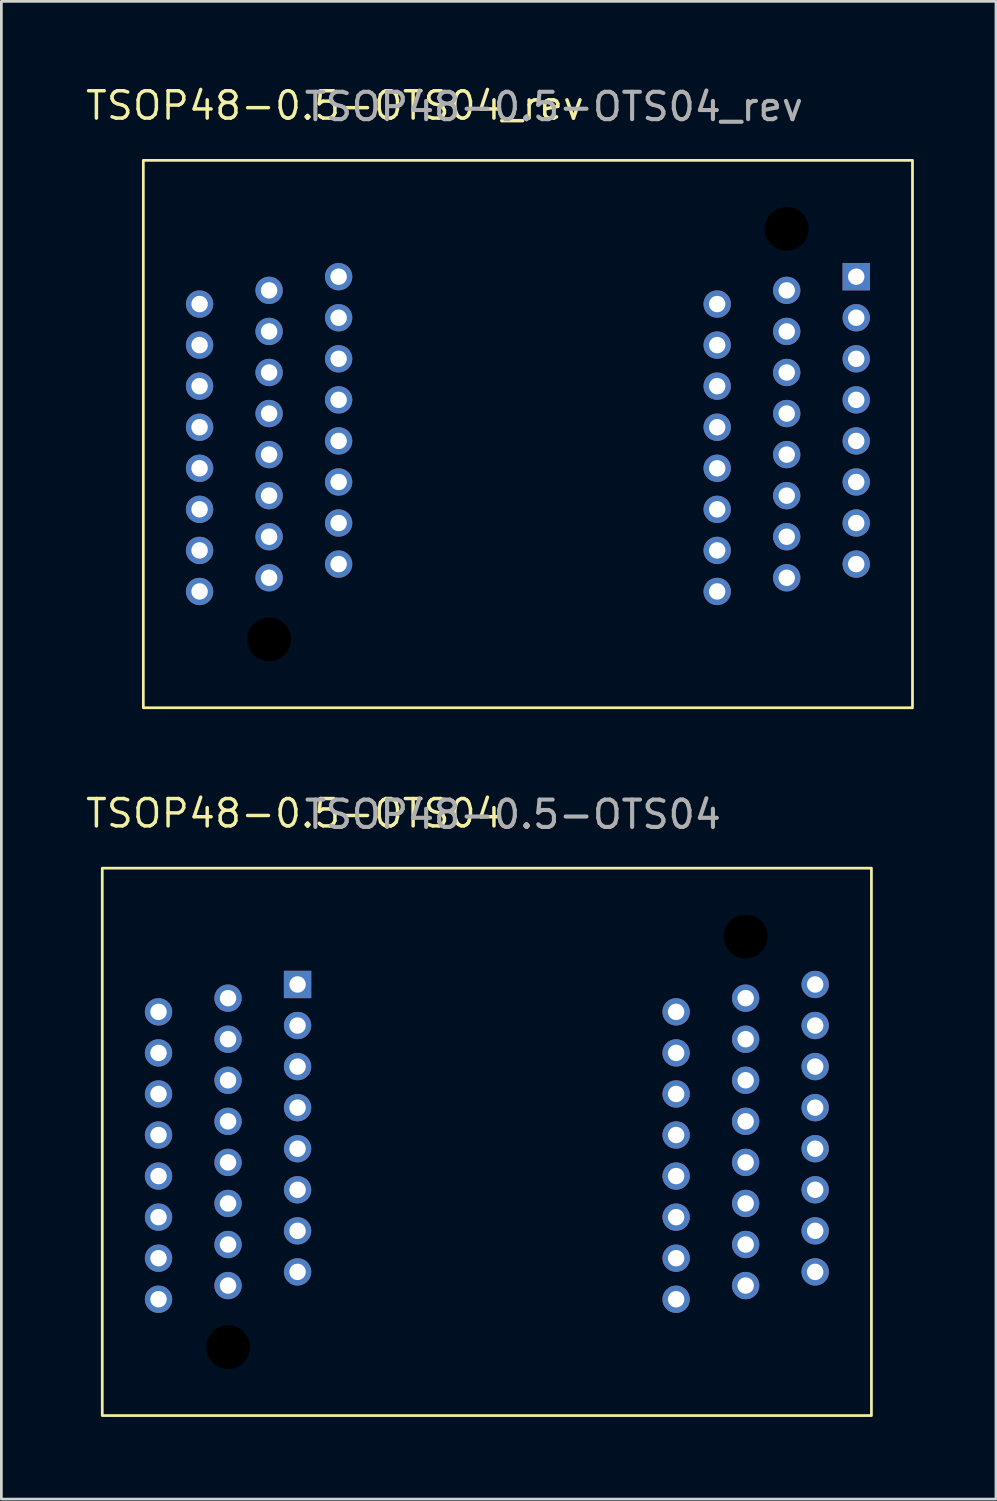
<source format=kicad_pcb>
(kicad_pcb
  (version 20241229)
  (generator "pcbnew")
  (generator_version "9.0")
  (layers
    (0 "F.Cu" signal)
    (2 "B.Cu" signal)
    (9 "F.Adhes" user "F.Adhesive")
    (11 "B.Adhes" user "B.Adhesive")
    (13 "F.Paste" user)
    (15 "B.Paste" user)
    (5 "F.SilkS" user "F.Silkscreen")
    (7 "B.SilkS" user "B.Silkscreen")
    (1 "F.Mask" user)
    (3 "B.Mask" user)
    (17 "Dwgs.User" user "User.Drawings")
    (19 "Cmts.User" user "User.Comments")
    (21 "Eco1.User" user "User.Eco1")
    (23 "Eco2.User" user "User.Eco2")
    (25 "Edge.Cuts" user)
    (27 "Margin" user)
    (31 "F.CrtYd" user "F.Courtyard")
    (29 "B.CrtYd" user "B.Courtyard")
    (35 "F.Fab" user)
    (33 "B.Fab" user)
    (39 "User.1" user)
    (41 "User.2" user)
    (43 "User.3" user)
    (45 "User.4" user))
  (footprint "TSOP48-0.5-OTS04"
    (layer "F.Cu")
    (at 0.686 28.666)
    (property "Reference" "TSOP48-0.5-OTS04" (at 7 -2 0) (unlocked yes) (layer "F.SilkS") (effects (font (size 1 1) (thickness 0.127))))
    (attr through_hole)
    (fp_rect (start 0 0) (end 28.1 20) (stroke (width 0.1) (type default)) (fill no) (layer "F.SilkS"))
    (fp_text user "${REFERENCE}" (at 15 -1.96 0) (unlocked yes) (layer "F.Fab") (effects (font (size 1 1) (thickness 0.15))))
    (pad "" np_thru_hole circle (at 4.595 17.5) (size 1.6 1.6) (drill 1.6) (layers "*.Mask"))
    (pad "" np_thru_hole circle (at 23.505 2.5) (size 1.6 1.6) (drill 1.6) (layers "*.Mask"))
    (pad "1" thru_hole rect (at 7.135 4.25) (size 1 1) (drill 0.6) (layers "*.Cu" "*.Mask"))
    (pad "2" thru_hole circle (at 4.595 4.75) (size 1 1) (drill 0.6) (layers "*.Cu" "*.Mask"))
    (pad "3" thru_hole circle (at 2.055 5.25) (size 1 1) (drill 0.6) (layers "*.Cu" "*.Mask"))
    (pad "4" thru_hole circle (at 7.135 5.75) (size 1 1) (drill 0.6) (layers "*.Cu" "*.Mask"))
    (pad "5" thru_hole circle (at 4.595 6.25) (size 1 1) (drill 0.6) (layers "*.Cu" "*.Mask"))
    (pad "6" thru_hole circle (at 2.055 6.75) (size 1 1) (drill 0.6) (layers "*.Cu" "*.Mask"))
    (pad "7" thru_hole circle (at 7.135 7.25) (size 1 1) (drill 0.6) (layers "*.Cu" "*.Mask"))
    (pad "8" thru_hole circle (at 4.595 7.75) (size 1 1) (drill 0.6) (layers "*.Cu" "*.Mask"))
    (pad "9" thru_hole circle (at 2.055 8.25) (size 1 1) (drill 0.6) (layers "*.Cu" "*.Mask"))
    (pad "10" thru_hole circle (at 7.135 8.75) (size 1 1) (drill 0.6) (layers "*.Cu" "*.Mask"))
    (pad "11" thru_hole circle (at 4.595 9.25) (size 1 1) (drill 0.6) (layers "*.Cu" "*.Mask"))
    (pad "12" thru_hole circle (at 2.055 9.75) (size 1 1) (drill 0.6) (layers "*.Cu" "*.Mask"))
    (pad "13" thru_hole circle (at 7.135 10.25) (size 1 1) (drill 0.6) (layers "*.Cu" "*.Mask"))
    (pad "14" thru_hole circle (at 4.595 10.75) (size 1 1) (drill 0.6) (layers "*.Cu" "*.Mask"))
    (pad "15" thru_hole circle (at 2.055 11.25) (size 1 1) (drill 0.6) (layers "*.Cu" "*.Mask"))
    (pad "16" thru_hole circle (at 7.135 11.75) (size 1 1) (drill 0.6) (layers "*.Cu" "*.Mask"))
    (pad "17" thru_hole circle (at 4.595 12.25) (size 1 1) (drill 0.6) (layers "*.Cu" "*.Mask"))
    (pad "18" thru_hole circle (at 2.055 12.75) (size 1 1) (drill 0.6) (layers "*.Cu" "*.Mask"))
    (pad "19" thru_hole circle (at 7.135 13.25) (size 1 1) (drill 0.6) (layers "*.Cu" "*.Mask"))
    (pad "20" thru_hole circle (at 4.595 13.75) (size 1 1) (drill 0.6) (layers "*.Cu" "*.Mask"))
    (pad "21" thru_hole circle (at 2.055 14.25) (size 1 1) (drill 0.6) (layers "*.Cu" "*.Mask"))
    (pad "22" thru_hole circle (at 7.135 14.75) (size 1 1) (drill 0.6) (layers "*.Cu" "*.Mask"))
    (pad "23" thru_hole circle (at 4.595 15.25) (size 1 1) (drill 0.6) (layers "*.Cu" "*.Mask"))
    (pad "24" thru_hole circle (at 2.055 15.75) (size 1 1) (drill 0.6) (layers "*.Cu" "*.Mask"))
    (pad "25" thru_hole circle (at 20.965 15.75) (size 1 1) (drill 0.6) (layers "*.Cu" "*.Mask"))
    (pad "26" thru_hole circle (at 23.505 15.25) (size 1 1) (drill 0.6) (layers "*.Cu" "*.Mask"))
    (pad "27" thru_hole circle (at 26.045 14.75) (size 1 1) (drill 0.6) (layers "*.Cu" "*.Mask"))
    (pad "28" thru_hole circle (at 20.965 14.25) (size 1 1) (drill 0.6) (layers "*.Cu" "*.Mask"))
    (pad "29" thru_hole circle (at 23.505 13.75) (size 1 1) (drill 0.6) (layers "*.Cu" "*.Mask"))
    (pad "30" thru_hole circle (at 26.045 13.25) (size 1 1) (drill 0.6) (layers "*.Cu" "*.Mask"))
    (pad "31" thru_hole circle (at 20.965 12.75) (size 1 1) (drill 0.6) (layers "*.Cu" "*.Mask"))
    (pad "32" thru_hole circle (at 23.505 12.25) (size 1 1) (drill 0.6) (layers "*.Cu" "*.Mask"))
    (pad "33" thru_hole circle (at 26.045 11.75) (size 1 1) (drill 0.6) (layers "*.Cu" "*.Mask"))
    (pad "34" thru_hole circle (at 20.965 11.25) (size 1 1) (drill 0.6) (layers "*.Cu" "*.Mask"))
    (pad "35" thru_hole circle (at 23.505 10.75) (size 1 1) (drill 0.6) (layers "*.Cu" "*.Mask"))
    (pad "36" thru_hole circle (at 26.045 10.25) (size 1 1) (drill 0.6) (layers "*.Cu" "*.Mask"))
    (pad "37" thru_hole circle (at 20.965 9.75) (size 1 1) (drill 0.6) (layers "*.Cu" "*.Mask"))
    (pad "38" thru_hole circle (at 23.505 9.25) (size 1 1) (drill 0.6) (layers "*.Cu" "*.Mask"))
    (pad "39" thru_hole circle (at 26.045 8.75) (size 1 1) (drill 0.6) (layers "*.Cu" "*.Mask"))
    (pad "40" thru_hole circle (at 20.965 8.25) (size 1 1) (drill 0.6) (layers "*.Cu" "*.Mask"))
    (pad "41" thru_hole circle (at 23.505 7.75) (size 1 1) (drill 0.6) (layers "*.Cu" "*.Mask"))
    (pad "42" thru_hole circle (at 26.045 7.25) (size 1 1) (drill 0.6) (layers "*.Cu" "*.Mask"))
    (pad "43" thru_hole circle (at 20.965 6.75) (size 1 1) (drill 0.6) (layers "*.Cu" "*.Mask"))
    (pad "44" thru_hole circle (at 23.505 6.25) (size 1 1) (drill 0.6) (layers "*.Cu" "*.Mask"))
    (pad "45" thru_hole circle (at 26.045 5.75) (size 1 1) (drill 0.6) (layers "*.Cu" "*.Mask"))
    (pad "46" thru_hole circle (at 20.965 5.25) (size 1 1) (drill 0.6) (layers "*.Cu" "*.Mask"))
    (pad "47" thru_hole circle (at 23.505 4.75) (size 1 1) (drill 0.6) (layers "*.Cu" "*.Mask"))
    (pad "48" thru_hole circle (at 26.045 4.25) (size 1 1) (drill 0.6) (layers "*.Cu" "*.Mask"))
    (zone (net_name "") (layer "F.SilkS") (hatch full 0.5) (connect_pads) (min_thickness 0.25) (filled_areas_thickness no) (keepout (tracks not_allowed) (vias not_allowed) (pads not_allowed) (copperpour allowed) (footprints allowed)) (placement (enabled no)) (fill) (polygon (pts (xy 0.686 28.666) (xy 0.686 31.267) (xy 4.286 31.267) (xy 4.286 28.666))))
    (zone (net_name "") (layer "F.SilkS") (hatch full 0.5) (connect_pads) (min_thickness 0.25) (filled_areas_thickness no) (keepout (tracks not_allowed) (vias not_allowed) (pads not_allowed) (copperpour allowed) (footprints allowed)) (placement (enabled no)) (fill) (polygon (pts (xy 0.686 46.066) (xy 0.686 48.666) (xy 4.286 48.666) (xy 4.286 46.066))))
    (zone (net_name "") (layer "F.SilkS") (hatch full 0.5) (connect_pads) (min_thickness 0.25) (filled_areas_thickness no) (keepout (tracks not_allowed) (vias not_allowed) (pads not_allowed) (copperpour allowed) (footprints allowed)) (placement (enabled no)) (fill) (polygon (pts (xy 25.186 28.666) (xy 25.186 31.267) (xy 28.786 31.267) (xy 28.786 28.666))))
    (zone (net_name "") (layer "F.SilkS") (hatch full 0.5) (connect_pads) (min_thickness 0.25) (filled_areas_thickness no) (keepout (tracks not_allowed) (vias not_allowed) (pads not_allowed) (copperpour allowed) (footprints allowed)) (placement (enabled no)) (fill) (polygon (pts (xy 25.186 46.066) (xy 25.186 48.666) (xy 28.786 48.666) (xy 28.786 46.066)))))
  (footprint "TSOP48-0.5-OTS04_rev"
    (layer "F.Cu")
    (at 2.186 2.808)
    (property "Reference" "TSOP48-0.5-OTS04_rev" (at 7 -2 0) (unlocked yes) (layer "F.SilkS") (effects (font (size 1 1) (thickness 0.127))))
    (attr through_hole)
    (fp_rect (start 0 0) (end 28.1 20) (stroke (width 0.1) (type default)) (fill no) (layer "F.SilkS"))
    (fp_text user "${REFERENCE}" (at 15 -1.96 0) (unlocked yes) (layer "F.Fab") (effects (font (size 1 1) (thickness 0.15))))
    (pad "" np_thru_hole circle (at 4.595 17.5) (size 1.6 1.6) (drill 1.6) (layers "*.Mask"))
    (pad "" np_thru_hole circle (at 23.505 2.5) (size 1.6 1.6) (drill 1.6) (layers "*.Mask"))
    (pad "1" thru_hole rect (at 26.045 4.25) (size 1 1) (drill 0.6) (layers "*.Cu" "*.Mask"))
    (pad "2" thru_hole circle (at 23.505 4.75) (size 1 1) (drill 0.6) (layers "*.Cu" "*.Mask"))
    (pad "3" thru_hole circle (at 20.965 5.25) (size 1 1) (drill 0.6) (layers "*.Cu" "*.Mask"))
    (pad "4" thru_hole circle (at 26.045 5.75) (size 1 1) (drill 0.6) (layers "*.Cu" "*.Mask"))
    (pad "5" thru_hole circle (at 23.505 6.25) (size 1 1) (drill 0.6) (layers "*.Cu" "*.Mask"))
    (pad "6" thru_hole circle (at 20.965 6.75) (size 1 1) (drill 0.6) (layers "*.Cu" "*.Mask"))
    (pad "7" thru_hole circle (at 26.045 7.25) (size 1 1) (drill 0.6) (layers "*.Cu" "*.Mask"))
    (pad "8" thru_hole circle (at 23.505 7.75) (size 1 1) (drill 0.6) (layers "*.Cu" "*.Mask"))
    (pad "9" thru_hole circle (at 20.965 8.25) (size 1 1) (drill 0.6) (layers "*.Cu" "*.Mask"))
    (pad "10" thru_hole circle (at 26.045 8.75) (size 1 1) (drill 0.6) (layers "*.Cu" "*.Mask"))
    (pad "11" thru_hole circle (at 23.505 9.25) (size 1 1) (drill 0.6) (layers "*.Cu" "*.Mask"))
    (pad "12" thru_hole circle (at 20.965 9.75) (size 1 1) (drill 0.6) (layers "*.Cu" "*.Mask"))
    (pad "13" thru_hole circle (at 26.045 10.25) (size 1 1) (drill 0.6) (layers "*.Cu" "*.Mask"))
    (pad "14" thru_hole circle (at 23.505 10.75) (size 1 1) (drill 0.6) (layers "*.Cu" "*.Mask"))
    (pad "15" thru_hole circle (at 20.965 11.25) (size 1 1) (drill 0.6) (layers "*.Cu" "*.Mask"))
    (pad "16" thru_hole circle (at 26.045 11.75) (size 1 1) (drill 0.6) (layers "*.Cu" "*.Mask"))
    (pad "17" thru_hole circle (at 23.505 12.25) (size 1 1) (drill 0.6) (layers "*.Cu" "*.Mask"))
    (pad "18" thru_hole circle (at 20.965 12.75) (size 1 1) (drill 0.6) (layers "*.Cu" "*.Mask"))
    (pad "19" thru_hole circle (at 26.045 13.25) (size 1 1) (drill 0.6) (layers "*.Cu" "*.Mask"))
    (pad "20" thru_hole circle (at 23.505 13.75) (size 1 1) (drill 0.6) (layers "*.Cu" "*.Mask"))
    (pad "21" thru_hole circle (at 20.965 14.25) (size 1 1) (drill 0.6) (layers "*.Cu" "*.Mask"))
    (pad "22" thru_hole circle (at 26.045 14.75) (size 1 1) (drill 0.6) (layers "*.Cu" "*.Mask"))
    (pad "23" thru_hole circle (at 23.505 15.25) (size 1 1) (drill 0.6) (layers "*.Cu" "*.Mask"))
    (pad "24" thru_hole circle (at 20.965 15.75) (size 1 1) (drill 0.6) (layers "*.Cu" "*.Mask"))
    (pad "25" thru_hole circle (at 2.055 15.75) (size 1 1) (drill 0.6) (layers "*.Cu" "*.Mask"))
    (pad "26" thru_hole circle (at 4.595 15.25) (size 1 1) (drill 0.6) (layers "*.Cu" "*.Mask"))
    (pad "27" thru_hole circle (at 7.135 14.75) (size 1 1) (drill 0.6) (layers "*.Cu" "*.Mask"))
    (pad "28" thru_hole circle (at 2.055 14.25) (size 1 1) (drill 0.6) (layers "*.Cu" "*.Mask"))
    (pad "29" thru_hole circle (at 4.595 13.75) (size 1 1) (drill 0.6) (layers "*.Cu" "*.Mask"))
    (pad "30" thru_hole circle (at 7.135 13.25) (size 1 1) (drill 0.6) (layers "*.Cu" "*.Mask"))
    (pad "31" thru_hole circle (at 2.055 12.75) (size 1 1) (drill 0.6) (layers "*.Cu" "*.Mask"))
    (pad "32" thru_hole circle (at 4.595 12.25) (size 1 1) (drill 0.6) (layers "*.Cu" "*.Mask"))
    (pad "33" thru_hole circle (at 7.135 11.75) (size 1 1) (drill 0.6) (layers "*.Cu" "*.Mask"))
    (pad "34" thru_hole circle (at 2.055 11.25) (size 1 1) (drill 0.6) (layers "*.Cu" "*.Mask"))
    (pad "35" thru_hole circle (at 4.595 10.75) (size 1 1) (drill 0.6) (layers "*.Cu" "*.Mask"))
    (pad "36" thru_hole circle (at 7.135 10.25) (size 1 1) (drill 0.6) (layers "*.Cu" "*.Mask"))
    (pad "37" thru_hole circle (at 2.055 9.75) (size 1 1) (drill 0.6) (layers "*.Cu" "*.Mask"))
    (pad "38" thru_hole circle (at 4.595 9.25) (size 1 1) (drill 0.6) (layers "*.Cu" "*.Mask"))
    (pad "39" thru_hole circle (at 7.135 8.75) (size 1 1) (drill 0.6) (layers "*.Cu" "*.Mask"))
    (pad "40" thru_hole circle (at 2.055 8.25) (size 1 1) (drill 0.6) (layers "*.Cu" "*.Mask"))
    (pad "41" thru_hole circle (at 4.595 7.75) (size 1 1) (drill 0.6) (layers "*.Cu" "*.Mask"))
    (pad "42" thru_hole circle (at 7.135 7.25) (size 1 1) (drill 0.6) (layers "*.Cu" "*.Mask"))
    (pad "43" thru_hole circle (at 2.055 6.75) (size 1 1) (drill 0.6) (layers "*.Cu" "*.Mask"))
    (pad "44" thru_hole circle (at 4.595 6.25) (size 1 1) (drill 0.6) (layers "*.Cu" "*.Mask"))
    (pad "45" thru_hole circle (at 7.135 5.75) (size 1 1) (drill 0.6) (layers "*.Cu" "*.Mask"))
    (pad "46" thru_hole circle (at 2.055 5.25) (size 1 1) (drill 0.6) (layers "*.Cu" "*.Mask"))
    (pad "47" thru_hole circle (at 4.595 4.75) (size 1 1) (drill 0.6) (layers "*.Cu" "*.Mask"))
    (pad "48" thru_hole circle (at 7.135 4.25) (size 1 1) (drill 0.6) (layers "*.Cu" "*.Mask"))
    (zone (net_name "") (layer "F.SilkS") (hatch full 0.5) (connect_pads) (min_thickness 0.25) (filled_areas_thickness no) (keepout (tracks not_allowed) (vias not_allowed) (pads not_allowed) (copperpour allowed) (footprints allowed)) (placement (enabled no)) (fill) (polygon (pts (xy 2.186 2.808) (xy 2.186 5.408) (xy 5.786 5.408) (xy 5.786 2.808))))
    (zone (net_name "") (layer "F.SilkS") (hatch full 0.5) (connect_pads) (min_thickness 0.25) (filled_areas_thickness no) (keepout (tracks not_allowed) (vias not_allowed) (pads not_allowed) (copperpour allowed) (footprints allowed)) (placement (enabled no)) (fill) (polygon (pts (xy 2.186 20.208) (xy 2.186 22.808) (xy 5.786 22.808) (xy 5.786 20.208))))
    (zone (net_name "") (layer "F.SilkS") (hatch full 0.5) (connect_pads) (min_thickness 0.25) (filled_areas_thickness no) (keepout (tracks not_allowed) (vias not_allowed) (pads not_allowed) (copperpour allowed) (footprints allowed)) (placement (enabled no)) (fill) (polygon (pts (xy 26.686 2.808) (xy 26.686 5.408) (xy 30.286 5.408) (xy 30.286 2.808))))
    (zone (net_name "") (layer "F.SilkS") (hatch full 0.5) (connect_pads) (min_thickness 0.25) (filled_areas_thickness no) (keepout (tracks not_allowed) (vias not_allowed) (pads not_allowed) (copperpour allowed) (footprints allowed)) (placement (enabled no)) (fill) (polygon (pts (xy 26.686 20.208) (xy 26.686 22.808) (xy 30.286 22.808) (xy 30.286 20.208)))))
  (gr_rect
    (start -3 -3)
    (end 33.336 51.717)
    (stroke (width 0.1) (type default))
    (fill no)
    (layer "Edge.Cuts")))
</source>
